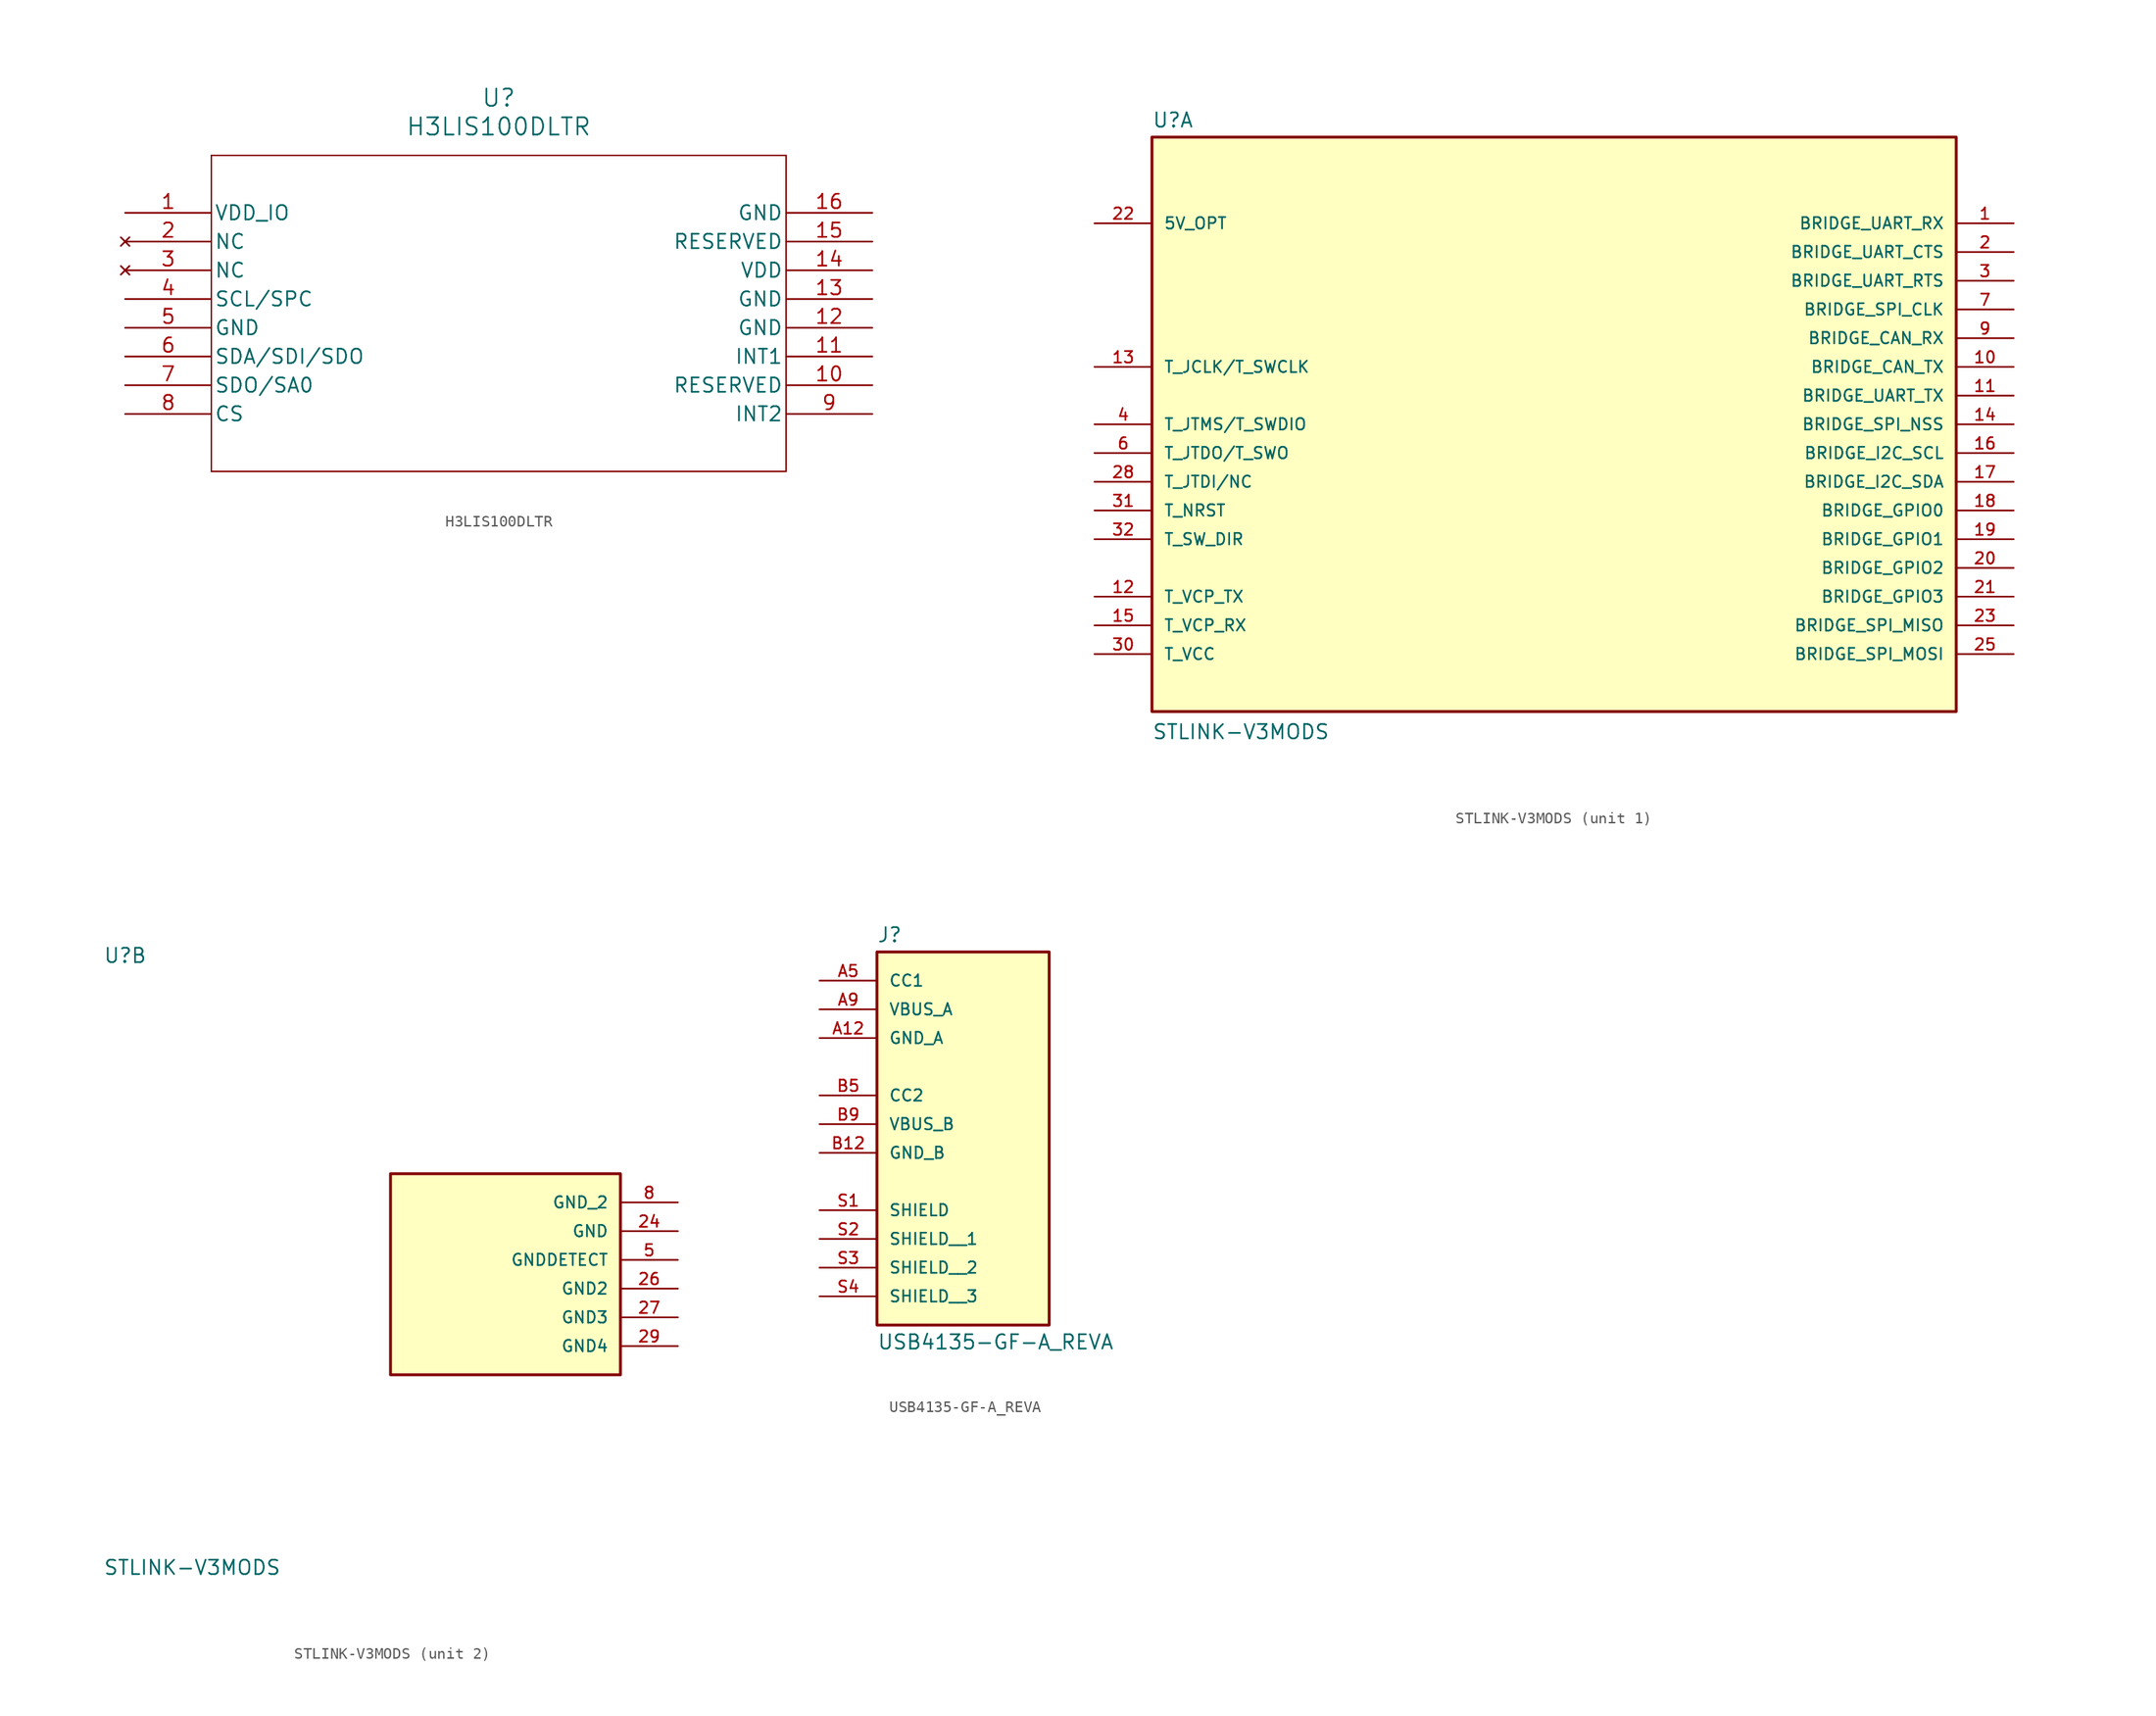
<source format=kicad_sym>
(kicad_symbol_lib
  (version 20241209)
  (generator "kicad_symbol_editor")
  (generator_version "9.0")
  (symbol "H3LIS100DLTR"
    (pin_names
      (offset 0.254))
    (property "Reference" "U"
      (at 33.02 10.16 0)
      (effects (font (size 1.524 1.524))))
    (property "Value" "H3LIS100DLTR"
      (at 33.02 7.62 0)
      (effects (font (size 1.524 1.524))))
    (property "ki_locked" ""
      (at 0 0 0)
      (effects (font (size 1.27 1.27))))
    (symbol "H3LIS100DLTR_0_1"
      (polyline (pts (xy 7.62 5.08) (xy 7.62 -22.86)) (stroke (width 0.127) (type default)) (fill (type none)))
      (polyline (pts (xy 7.62 -22.86) (xy 58.42 -22.86)) (stroke (width 0.127) (type default)) (fill (type none)))
      (polyline (pts (xy 58.42 5.08) (xy 7.62 5.08)) (stroke (width 0.127) (type default)) (fill (type none)))
      (polyline (pts (xy 58.42 -22.86) (xy 58.42 5.08)) (stroke (width 0.127) (type default)) (fill (type none)))
      (pin power_in line (at 0 0 0) (length 7.62) (name "VDD_IO" (effects (font (size 1.27 1.27)))) (number "1" (effects (font (size 1.27 1.27)))))
      (pin no_connect line (at 0 -2.54 0) (length 7.62) (name "NC" (effects (font (size 1.27 1.27)))) (number "2" (effects (font (size 1.27 1.27)))))
      (pin no_connect line (at 0 -5.08 0) (length 7.62) (name "NC" (effects (font (size 1.27 1.27)))) (number "3" (effects (font (size 1.27 1.27)))))
      (pin bidirectional line (at 0 -7.62 0) (length 7.62) (name "SCL/SPC" (effects (font (size 1.27 1.27)))) (number "4" (effects (font (size 1.27 1.27)))))
      (pin power_in line (at 0 -10.16 0) (length 7.62) (name "GND" (effects (font (size 1.27 1.27)))) (number "5" (effects (font (size 1.27 1.27)))))
      (pin bidirectional line (at 0 -12.7 0) (length 7.62) (name "SDA/SDI/SDO" (effects (font (size 1.27 1.27)))) (number "6" (effects (font (size 1.27 1.27)))))
      (pin bidirectional line (at 0 -15.24 0) (length 7.62) (name "SDO/SA0" (effects (font (size 1.27 1.27)))) (number "7" (effects (font (size 1.27 1.27)))))
      (pin bidirectional line (at 0 -17.78 0) (length 7.62) (name "CS" (effects (font (size 1.27 1.27)))) (number "8" (effects (font (size 1.27 1.27)))))
      (pin power_in line (at 66.04 0 180) (length 7.62) (name "GND" (effects (font (size 1.27 1.27)))) (number "16" (effects (font (size 1.27 1.27)))))
      (pin unspecified line (at 66.04 -2.54 180) (length 7.62) (name "RESERVED" (effects (font (size 1.27 1.27)))) (number "15" (effects (font (size 1.27 1.27)))))
      (pin power_in line (at 66.04 -5.08 180) (length 7.62) (name "VDD" (effects (font (size 1.27 1.27)))) (number "14" (effects (font (size 1.27 1.27)))))
      (pin power_in line (at 66.04 -7.62 180) (length 7.62) (name "GND" (effects (font (size 1.27 1.27)))) (number "13" (effects (font (size 1.27 1.27)))))
      (pin power_in line (at 66.04 -10.16 180) (length 7.62) (name "GND" (effects (font (size 1.27 1.27)))) (number "12" (effects (font (size 1.27 1.27)))))
      (pin bidirectional line (at 66.04 -12.7 180) (length 7.62) (name "INT1" (effects (font (size 1.27 1.27)))) (number "11" (effects (font (size 1.27 1.27)))))
      (pin unspecified line (at 66.04 -15.24 180) (length 7.62) (name "RESERVED" (effects (font (size 1.27 1.27)))) (number "10" (effects (font (size 1.27 1.27)))))
      (pin bidirectional line (at 66.04 -17.78 180) (length 7.62) (name "INT2" (effects (font (size 1.27 1.27)))) (number "9" (effects (font (size 1.27 1.27)))))))
  (symbol "STLINK-V3MODS"
    (pin_names
      (offset 1.016))
    (property "Reference" "U"
      (at -35.56 26.162 0)
      (effects (font (size 1.27 1.27)) (justify left bottom)))
    (property "Value" "STLINK-V3MODS"
      (at -35.56 -27.94 0)
      (effects (font (size 1.27 1.27)) (justify left bottom)))
    (symbol "STLINK-V3MODS_1_0"
      (rectangle (start -35.56 -25.4) (end 35.56 25.4) (stroke (width 0.254) (type default)) (fill (type background)))
      (pin passive line (at -40.64 17.78 0) (length 5.08) (name "5V_OPT" (effects (font (size 1.016 1.016)))) (number "22" (effects (font (size 1.016 1.016)))))
      (pin passive line (at -40.64 5.08 0) (length 5.08) (name "T_JCLK/T_SWCLK" (effects (font (size 1.016 1.016)))) (number "13" (effects (font (size 1.016 1.016)))))
      (pin passive line (at -40.64 0 0) (length 5.08) (name "T_JTMS/T_SWDIO" (effects (font (size 1.016 1.016)))) (number "4" (effects (font (size 1.016 1.016)))))
      (pin passive line (at -40.64 -2.54 0) (length 5.08) (name "T_JTDO/T_SWO" (effects (font (size 1.016 1.016)))) (number "6" (effects (font (size 1.016 1.016)))))
      (pin passive line (at -40.64 -5.08 0) (length 5.08) (name "T_JTDI/NC" (effects (font (size 1.016 1.016)))) (number "28" (effects (font (size 1.016 1.016)))))
      (pin passive line (at -40.64 -7.62 0) (length 5.08) (name "T_NRST" (effects (font (size 1.016 1.016)))) (number "31" (effects (font (size 1.016 1.016)))))
      (pin passive line (at -40.64 -10.16 0) (length 5.08) (name "T_SW_DIR" (effects (font (size 1.016 1.016)))) (number "32" (effects (font (size 1.016 1.016)))))
      (pin passive line (at -40.64 -15.24 0) (length 5.08) (name "T_VCP_TX" (effects (font (size 1.016 1.016)))) (number "12" (effects (font (size 1.016 1.016)))))
      (pin passive line (at -40.64 -17.78 0) (length 5.08) (name "T_VCP_RX" (effects (font (size 1.016 1.016)))) (number "15" (effects (font (size 1.016 1.016)))))
      (pin passive line (at -40.64 -20.32 0) (length 5.08) (name "T_VCC" (effects (font (size 1.016 1.016)))) (number "30" (effects (font (size 1.016 1.016)))))
      (pin passive line (at 40.64 17.78 180) (length 5.08) (name "BRIDGE_UART_RX" (effects (font (size 1.016 1.016)))) (number "1" (effects (font (size 1.016 1.016)))))
      (pin passive line (at 40.64 15.24 180) (length 5.08) (name "BRIDGE_UART_CTS" (effects (font (size 1.016 1.016)))) (number "2" (effects (font (size 1.016 1.016)))))
      (pin passive line (at 40.64 12.7 180) (length 5.08) (name "BRIDGE_UART_RTS" (effects (font (size 1.016 1.016)))) (number "3" (effects (font (size 1.016 1.016)))))
      (pin passive line (at 40.64 10.16 180) (length 5.08) (name "BRIDGE_SPI_CLK" (effects (font (size 1.016 1.016)))) (number "7" (effects (font (size 1.016 1.016)))))
      (pin passive line (at 40.64 7.62 180) (length 5.08) (name "BRIDGE_CAN_RX" (effects (font (size 1.016 1.016)))) (number "9" (effects (font (size 1.016 1.016)))))
      (pin passive line (at 40.64 5.08 180) (length 5.08) (name "BRIDGE_CAN_TX" (effects (font (size 1.016 1.016)))) (number "10" (effects (font (size 1.016 1.016)))))
      (pin passive line (at 40.64 2.54 180) (length 5.08) (name "BRIDGE_UART_TX" (effects (font (size 1.016 1.016)))) (number "11" (effects (font (size 1.016 1.016)))))
      (pin passive line (at 40.64 0 180) (length 5.08) (name "BRIDGE_SPI_NSS" (effects (font (size 1.016 1.016)))) (number "14" (effects (font (size 1.016 1.016)))))
      (pin bidirectional line (at 40.64 -2.54 180) (length 5.08) (name "BRIDGE_I2C_SCL" (effects (font (size 1.016 1.016)))) (number "16" (effects (font (size 1.016 1.016)))))
      (pin bidirectional line (at 40.64 -5.08 180) (length 5.08) (name "BRIDGE_I2C_SDA" (effects (font (size 1.016 1.016)))) (number "17" (effects (font (size 1.016 1.016)))))
      (pin bidirectional line (at 40.64 -7.62 180) (length 5.08) (name "BRIDGE_GPIO0" (effects (font (size 1.016 1.016)))) (number "18" (effects (font (size 1.016 1.016)))))
      (pin bidirectional line (at 40.64 -10.16 180) (length 5.08) (name "BRIDGE_GPIO1" (effects (font (size 1.016 1.016)))) (number "19" (effects (font (size 1.016 1.016)))))
      (pin bidirectional line (at 40.64 -12.7 180) (length 5.08) (name "BRIDGE_GPIO2" (effects (font (size 1.016 1.016)))) (number "20" (effects (font (size 1.016 1.016)))))
      (pin bidirectional line (at 40.64 -15.24 180) (length 5.08) (name "BRIDGE_GPIO3" (effects (font (size 1.016 1.016)))) (number "21" (effects (font (size 1.016 1.016)))))
      (pin passive line (at 40.64 -17.78 180) (length 5.08) (name "BRIDGE_SPI_MISO" (effects (font (size 1.016 1.016)))) (number "23" (effects (font (size 1.016 1.016)))))
      (pin passive line (at 40.64 -20.32 180) (length 5.08) (name "BRIDGE_SPI_MOSI" (effects (font (size 1.016 1.016)))) (number "25" (effects (font (size 1.016 1.016))))))
    (symbol "STLINK-V3MODS_2_0"
      (rectangle (start -10.16 -10.16) (end 10.16 7.62) (stroke (width 0.254) (type default)) (fill (type background)))
      (pin power_in line (at 15.24 5.08 180) (length 5.08) (name "GND_2" (effects (font (size 1.016 1.016)))) (number "8" (effects (font (size 1.016 1.016)))))
      (pin power_in line (at 15.24 2.54 180) (length 5.08) (name "GND" (effects (font (size 1.016 1.016)))) (number "24" (effects (font (size 1.016 1.016)))))
      (pin power_in line (at 15.24 0 180) (length 5.08) (name "GNDDETECT" (effects (font (size 1.016 1.016)))) (number "5" (effects (font (size 1.016 1.016)))))
      (pin power_in line (at 15.24 -2.54 180) (length 5.08) (name "GND2" (effects (font (size 1.016 1.016)))) (number "26" (effects (font (size 1.016 1.016)))))
      (pin power_in line (at 15.24 -5.08 180) (length 5.08) (name "GND3" (effects (font (size 1.016 1.016)))) (number "27" (effects (font (size 1.016 1.016)))))
      (pin power_in line (at 15.24 -7.62 180) (length 5.08) (name "GND4" (effects (font (size 1.016 1.016)))) (number "29" (effects (font (size 1.016 1.016)))))))
  (symbol "USB4135-GF-A_REVA"
    (pin_names
      (offset 1.016))
    (property "Reference" "J"
      (at -7.62 13.462 0)
      (effects (font (size 1.27 1.27)) (justify left bottom)))
    (property "Value" "USB4135-GF-A_REVA"
      (at -7.62 -21.082 0)
      (effects (font (size 1.27 1.27)) (justify left top)))
    (symbol "USB4135-GF-A_REVA_0_0"
      (rectangle (start -7.62 -20.32) (end 7.62 12.7) (stroke (width 0.254) (type default)) (fill (type background)))
      (pin bidirectional line (at -12.7 10.16 0) (length 5.08) (name "CC1" (effects (font (size 1.016 1.016)))) (number "A5" (effects (font (size 1.016 1.016)))))
      (pin power_in line (at -12.7 7.62 0) (length 5.08) (name "VBUS_A" (effects (font (size 1.016 1.016)))) (number "A9" (effects (font (size 1.016 1.016)))))
      (pin power_in line (at -12.7 5.08 0) (length 5.08) (name "GND_A" (effects (font (size 1.016 1.016)))) (number "A12" (effects (font (size 1.016 1.016)))))
      (pin bidirectional line (at -12.7 0 0) (length 5.08) (name "CC2" (effects (font (size 1.016 1.016)))) (number "B5" (effects (font (size 1.016 1.016)))))
      (pin power_in line (at -12.7 -2.54 0) (length 5.08) (name "VBUS_B" (effects (font (size 1.016 1.016)))) (number "B9" (effects (font (size 1.016 1.016)))))
      (pin power_in line (at -12.7 -5.08 0) (length 5.08) (name "GND_B" (effects (font (size 1.016 1.016)))) (number "B12" (effects (font (size 1.016 1.016)))))
      (pin passive line (at -12.7 -10.16 0) (length 5.08) (name "SHIELD" (effects (font (size 1.016 1.016)))) (number "S1" (effects (font (size 1.016 1.016)))))
      (pin passive line (at -12.7 -12.7 0) (length 5.08) (name "SHIELD__1" (effects (font (size 1.016 1.016)))) (number "S2" (effects (font (size 1.016 1.016)))))
      (pin passive line (at -12.7 -15.24 0) (length 5.08) (name "SHIELD__2" (effects (font (size 1.016 1.016)))) (number "S3" (effects (font (size 1.016 1.016)))))
      (pin passive line (at -12.7 -17.78 0) (length 5.08) (name "SHIELD__3" (effects (font (size 1.016 1.016)))) (number "S4" (effects (font (size 1.016 1.016))))))))
</source>
